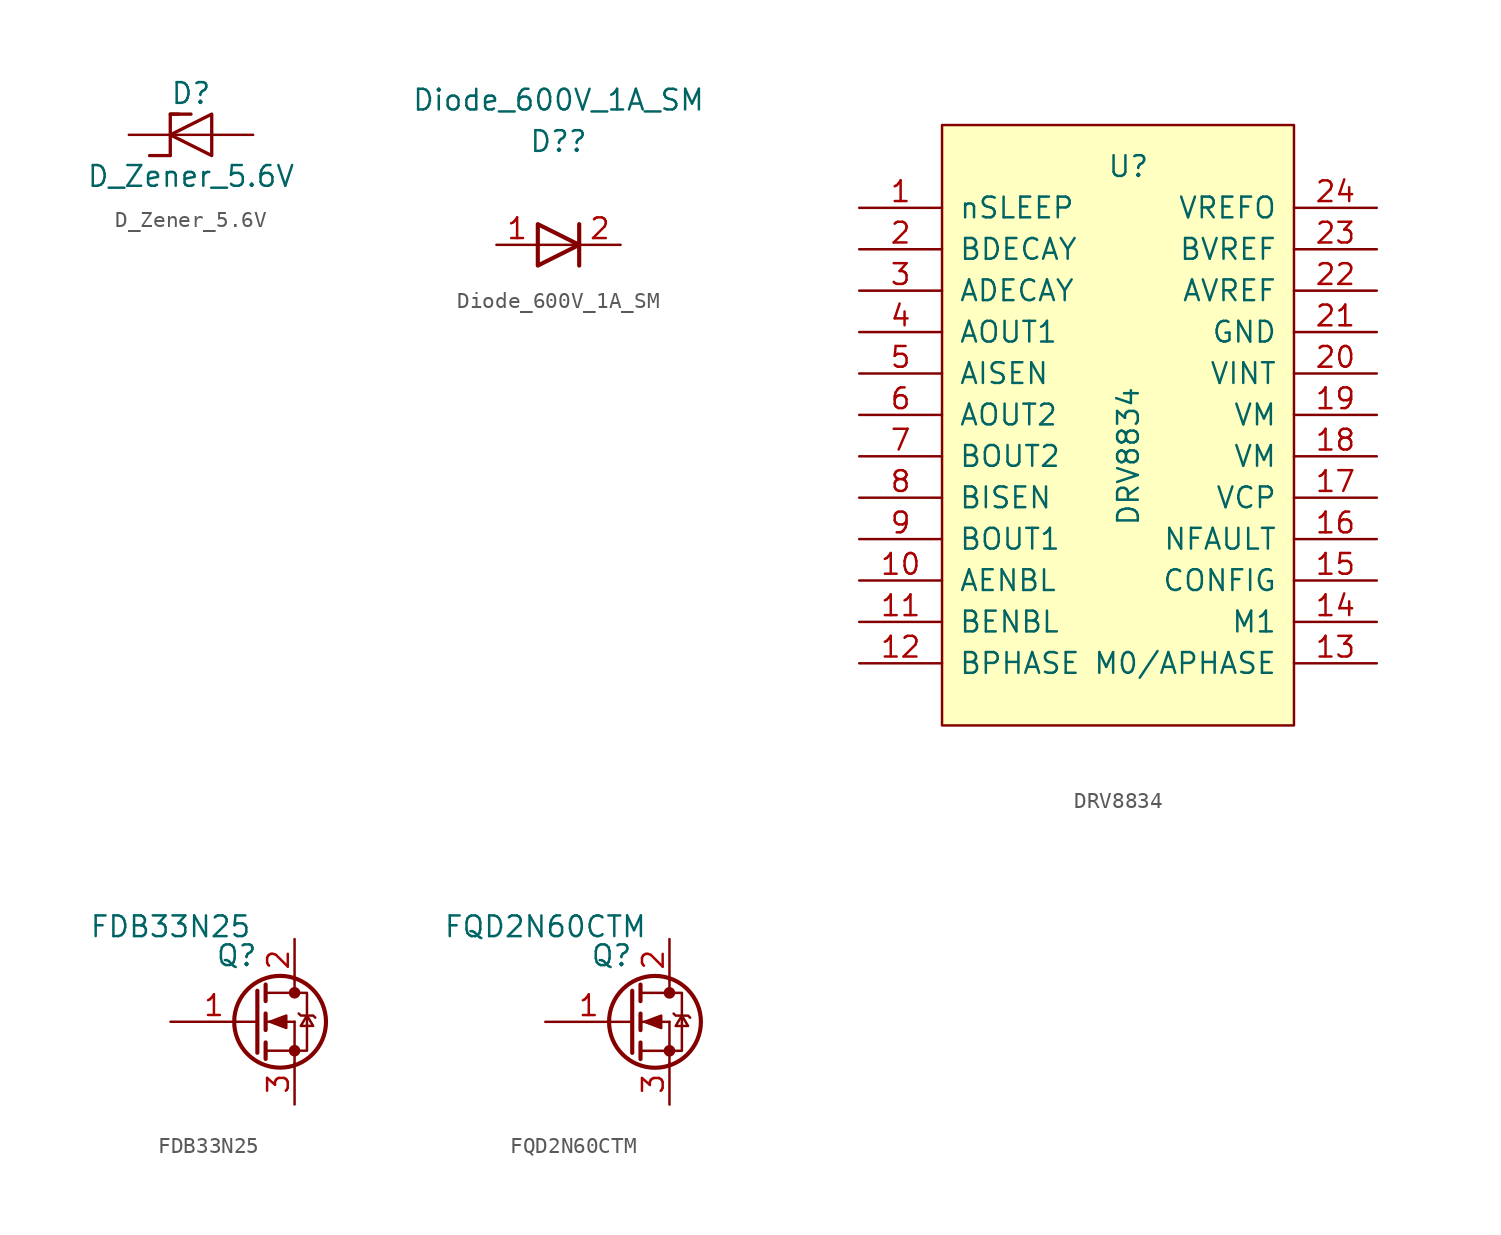
<source format=kicad_sym>
(kicad_symbol_lib
  (version 20211014)
  (generator kicad_symbol_editor)
  (symbol "D_Zener_5.6V"
    (pin_numbers hide)
    (pin_names
      (offset 1.016) hide)
    (property "Reference" "D"
      (at 0 2.54 0)
      (effects (font (size 1.27 1.27))))
    (property "Value" "D_Zener_5.6V"
      (at 0 -2.54 0)
      (effects (font (size 1.27 1.27))))
    (symbol "D_Zener_5.6V_0_1"
      (polyline (pts (xy -1.27 -1.27) (xy -2.54 -1.27)) (stroke (width 0.203) (type default) (color 0 0 0 0)) (fill (type none)))
      (polyline (pts (xy -1.27 1.27) (xy 0 1.27)) (stroke (width 0.203) (type default) (color 0 0 0 0)) (fill (type none)))
      (polyline (pts (xy 1.27 0) (xy -1.27 0)) (stroke (width 0) (type default) (color 0 0 0 0)) (fill (type none)))
      (polyline (pts (xy -1.27 -1.27) (xy -1.27 1.27) (xy -0.762 1.27)) (stroke (width 0.203) (type default) (color 0 0 0 0)) (fill (type none)))
      (polyline (pts (xy 1.27 -1.27) (xy 1.27 1.27) (xy -1.27 0) (xy 1.27 -1.27)) (stroke (width 0.203) (type default) (color 0 0 0 0)) (fill (type none))))
    (symbol "D_Zener_5.6V_1_1"
      (pin passive line (at -3.81 0 0) (length 2.54) (name "K" (effects (font (size 1.27 1.27)))) (number "1" (effects (font (size 1.27 1.27)))))
      (pin passive line (at 3.81 0 180) (length 2.54) (name "A" (effects (font (size 1.27 1.27)))) (number "2" (effects (font (size 1.27 1.27)))))))
  (symbol "Diode_600V_1A_SM"
    (pin_names
      (offset 1.016))
    (property "Reference" "D?"
      (at 0 6.35 0)
      (effects (font (size 1.27 1.27))))
    (property "Value" "Diode_600V_1A_SM"
      (at 0 8.89 0)
      (effects (font (size 1.27 1.27))))
    (symbol "Diode_600V_1A_SM_1_1"
      (polyline (pts (xy 1.27 0) (xy -1.27 0)) (stroke (width 0) (type default) (color 0 0 0 0)) (fill (type none)))
      (polyline (pts (xy 1.27 1.27) (xy 1.27 -1.27)) (stroke (width 0.254) (type default) (color 0 0 0 0)) (fill (type none)))
      (polyline (pts (xy -1.27 -1.27) (xy -1.27 1.27) (xy 1.27 0) (xy -1.27 -1.27)) (stroke (width 0.254) (type default) (color 0 0 0 0)) (fill (type none)))
      (pin passive line (at -3.81 0 0) (length 2.54) (name "~" (effects (font (size 1.27 1.27)))) (number "1" (effects (font (size 1.27 1.27)))))
      (pin passive line (at 3.81 0 180) (length 2.54) (name "~" (effects (font (size 1.27 1.27)))) (number "2" (effects (font (size 1.27 1.27)))))))
  (symbol "DRV8834"
    (pin_names
      (offset 1.016))
    (property "Reference" "U"
      (at 0 15.24 0)
      (effects (font (size 1.27 1.27))))
    (property "Value" "DRV8834"
      (at 0 -2.54 90)
      (effects (font (size 1.27 1.27))))
    (symbol "DRV8834_0_1"
      (rectangle (start 10.16 17.78) (end -11.43 -19.05) (stroke (width 0) (type default) (color 0 0 0 0)) (fill (type background))))
    (symbol "DRV8834_1_1"
      (pin input line (at -16.51 12.7 0) (length 5.08) (name "nSLEEP" (effects (font (size 1.27 1.27)))) (number "1" (effects (font (size 1.27 1.27)))))
      (pin input line (at -16.51 -10.16 0) (length 5.08) (name "AENBL" (effects (font (size 1.27 1.27)))) (number "10" (effects (font (size 1.27 1.27)))))
      (pin input line (at -16.51 -12.7 0) (length 5.08) (name "BENBL" (effects (font (size 1.27 1.27)))) (number "11" (effects (font (size 1.27 1.27)))))
      (pin input line (at -16.51 -15.24 0) (length 5.08) (name "BPHASE" (effects (font (size 1.27 1.27)))) (number "12" (effects (font (size 1.27 1.27)))))
      (pin input line (at 15.24 -15.24 180) (length 5.08) (name "M0/APHASE" (effects (font (size 1.27 1.27)))) (number "13" (effects (font (size 1.27 1.27)))))
      (pin input line (at 15.24 -12.7 180) (length 5.08) (name "M1" (effects (font (size 1.27 1.27)))) (number "14" (effects (font (size 1.27 1.27)))))
      (pin input line (at 15.24 -10.16 180) (length 5.08) (name "CONFIG" (effects (font (size 1.27 1.27)))) (number "15" (effects (font (size 1.27 1.27)))))
      (pin input line (at 15.24 -7.62 180) (length 5.08) (name "NFAULT" (effects (font (size 1.27 1.27)))) (number "16" (effects (font (size 1.27 1.27)))))
      (pin input line (at 15.24 -5.08 180) (length 5.08) (name "VCP" (effects (font (size 1.27 1.27)))) (number "17" (effects (font (size 1.27 1.27)))))
      (pin input line (at 15.24 -2.54 180) (length 5.08) (name "VM" (effects (font (size 1.27 1.27)))) (number "18" (effects (font (size 1.27 1.27)))))
      (pin input line (at 15.24 0 180) (length 5.08) (name "VM" (effects (font (size 1.27 1.27)))) (number "19" (effects (font (size 1.27 1.27)))))
      (pin input line (at -16.51 10.16 0) (length 5.08) (name "BDECAY" (effects (font (size 1.27 1.27)))) (number "2" (effects (font (size 1.27 1.27)))))
      (pin input line (at 15.24 2.54 180) (length 5.08) (name "VINT" (effects (font (size 1.27 1.27)))) (number "20" (effects (font (size 1.27 1.27)))))
      (pin input line (at 15.24 5.08 180) (length 5.08) (name "GND" (effects (font (size 1.27 1.27)))) (number "21" (effects (font (size 1.27 1.27)))))
      (pin input line (at 15.24 7.62 180) (length 5.08) (name "AVREF" (effects (font (size 1.27 1.27)))) (number "22" (effects (font (size 1.27 1.27)))))
      (pin input line (at 15.24 10.16 180) (length 5.08) (name "BVREF" (effects (font (size 1.27 1.27)))) (number "23" (effects (font (size 1.27 1.27)))))
      (pin input line (at 15.24 12.7 180) (length 5.08) (name "VREFO" (effects (font (size 1.27 1.27)))) (number "24" (effects (font (size 1.27 1.27)))))
      (pin input line (at -16.51 7.62 0) (length 5.08) (name "ADECAY" (effects (font (size 1.27 1.27)))) (number "3" (effects (font (size 1.27 1.27)))))
      (pin input line (at -16.51 5.08 0) (length 5.08) (name "AOUT1" (effects (font (size 1.27 1.27)))) (number "4" (effects (font (size 1.27 1.27)))))
      (pin input line (at -16.51 2.54 0) (length 5.08) (name "AISEN" (effects (font (size 1.27 1.27)))) (number "5" (effects (font (size 1.27 1.27)))))
      (pin input line (at -16.51 0 0) (length 5.08) (name "AOUT2" (effects (font (size 1.27 1.27)))) (number "6" (effects (font (size 1.27 1.27)))))
      (pin input line (at -16.51 -2.54 0) (length 5.08) (name "BOUT2" (effects (font (size 1.27 1.27)))) (number "7" (effects (font (size 1.27 1.27)))))
      (pin input line (at -16.51 -5.08 0) (length 5.08) (name "BISEN" (effects (font (size 1.27 1.27)))) (number "8" (effects (font (size 1.27 1.27)))))
      (pin input line (at -16.51 -7.62 0) (length 5.08) (name "BOUT1" (effects (font (size 1.27 1.27)))) (number "9" (effects (font (size 1.27 1.27)))))))
  (symbol "FDB33N25"
    (pin_names
      (offset 1.016))
    (property "Reference" "Q"
      (at -2.794 4.064 0)
      (effects (font (size 1.27 1.27))))
    (property "Value" "FDB33N25"
      (at -6.858 5.842 0)
      (effects (font (size 1.27 1.27))))
    (symbol "FDB33N25_1_1"
      (circle (center -0.127 0) (radius 2.819) (stroke (width 0.254) (type default) (color 0 0 0 0)) (fill (type none)))
      (polyline (pts (xy -1.016 -1.778) (xy 0.762 -1.778)) (stroke (width 0) (type default) (color 0 0 0 0)) (fill (type none)))
      (polyline (pts (xy -1.016 -1.27) (xy -1.016 -2.286)) (stroke (width 0.254) (type default) (color 0 0 0 0)) (fill (type none)))
      (polyline (pts (xy -1.016 0) (xy 0.762 0)) (stroke (width 0) (type default) (color 0 0 0 0)) (fill (type none)))
      (polyline (pts (xy -1.016 0.508) (xy -1.016 -0.508)) (stroke (width 0.254) (type default) (color 0 0 0 0)) (fill (type none)))
      (polyline (pts (xy -1.016 1.778) (xy 0.762 1.778)) (stroke (width 0) (type default) (color 0 0 0 0)) (fill (type none)))
      (polyline (pts (xy -1.016 2.286) (xy -1.016 1.27)) (stroke (width 0.254) (type default) (color 0 0 0 0)) (fill (type none)))
      (polyline (pts (xy 0.762 -1.778) (xy 0.762 -2.54)) (stroke (width 0) (type default) (color 0 0 0 0)) (fill (type none)))
      (polyline (pts (xy 0.762 -1.778) (xy 0.762 0)) (stroke (width 0) (type default) (color 0 0 0 0)) (fill (type none)))
      (polyline (pts (xy 0.762 2.54) (xy 0.762 1.778)) (stroke (width 0) (type default) (color 0 0 0 0)) (fill (type none)))
      (polyline (pts (xy -1.524 1.905) (xy -1.524 -1.905) (xy -1.524 -1.905)) (stroke (width 0.254) (type default) (color 0 0 0 0)) (fill (type none)))
      (polyline (pts (xy -0.762 0) (xy 0.254 0.381) (xy 0.254 -0.381) (xy -0.762 0)) (stroke (width 0) (type default) (color 0 0 0 0)) (fill (type outline)))
      (polyline (pts (xy 0.762 -1.778) (xy 1.524 -1.778) (xy 1.524 1.778) (xy 0.762 1.778)) (stroke (width 0) (type default) (color 0 0 0 0)) (fill (type none)))
      (polyline (pts (xy 1.016 0.508) (xy 1.143 0.381) (xy 1.905 0.381) (xy 2.032 0.254)) (stroke (width 0) (type default) (color 0 0 0 0)) (fill (type none)))
      (polyline (pts (xy 1.524 0.381) (xy 1.143 -0.254) (xy 1.905 -0.254) (xy 1.524 0.381)) (stroke (width 0) (type default) (color 0 0 0 0)) (fill (type none)))
      (circle (center 0.762 -1.778) (radius 0.279) (stroke (width 0) (type default) (color 0 0 0 0)) (fill (type outline)))
      (circle (center 0.762 1.778) (radius 0.279) (stroke (width 0) (type default) (color 0 0 0 0)) (fill (type outline)))
      (pin input line (at -6.858 0 0) (length 5.334) (name "~" (effects (font (size 1.27 1.27)))) (number "1" (effects (font (size 1.27 1.27)))))
      (pin passive line (at 0.762 5.08 270) (length 2.54) (name "~" (effects (font (size 1.27 1.27)))) (number "2" (effects (font (size 1.27 1.27)))))
      (pin passive line (at 0.762 -5.08 90) (length 2.54) (name "~" (effects (font (size 1.27 1.27)))) (number "3" (effects (font (size 1.27 1.27)))))))
  (symbol "FQD2N60CTM"
    (pin_names
      (offset 1.016))
    (property "Reference" "Q"
      (at -3.556 5.334 0)
      (effects (font (size 1.27 1.27))))
    (property "Value" "FQD2N60CTM"
      (at -7.62 7.112 0)
      (effects (font (size 1.27 1.27))))
    (symbol "FQD2N60CTM_1_1"
      (circle (center -0.889 1.27) (radius 2.819) (stroke (width 0.254) (type default) (color 0 0 0 0)) (fill (type none)))
      (circle (center 0 -0.508) (radius 0.279) (stroke (width 0) (type default) (color 0 0 0 0)) (fill (type outline)))
      (polyline (pts (xy -1.778 -0.508) (xy 0 -0.508)) (stroke (width 0) (type default) (color 0 0 0 0)) (fill (type none)))
      (polyline (pts (xy -1.778 0) (xy -1.778 -1.016)) (stroke (width 0.254) (type default) (color 0 0 0 0)) (fill (type none)))
      (polyline (pts (xy -1.778 1.27) (xy 0 1.27)) (stroke (width 0) (type default) (color 0 0 0 0)) (fill (type none)))
      (polyline (pts (xy -1.778 1.778) (xy -1.778 0.762)) (stroke (width 0.254) (type default) (color 0 0 0 0)) (fill (type none)))
      (polyline (pts (xy -1.778 3.048) (xy 0 3.048)) (stroke (width 0) (type default) (color 0 0 0 0)) (fill (type none)))
      (polyline (pts (xy -1.778 3.556) (xy -1.778 2.54)) (stroke (width 0.254) (type default) (color 0 0 0 0)) (fill (type none)))
      (polyline (pts (xy 0 -0.508) (xy 0 -1.27)) (stroke (width 0) (type default) (color 0 0 0 0)) (fill (type none)))
      (polyline (pts (xy 0 -0.508) (xy 0 1.27)) (stroke (width 0) (type default) (color 0 0 0 0)) (fill (type none)))
      (polyline (pts (xy 0 3.81) (xy 0 3.048)) (stroke (width 0) (type default) (color 0 0 0 0)) (fill (type none)))
      (polyline (pts (xy -2.286 3.175) (xy -2.286 -0.635) (xy -2.286 -0.635)) (stroke (width 0.254) (type default) (color 0 0 0 0)) (fill (type none)))
      (polyline (pts (xy -1.524 1.27) (xy -0.508 1.651) (xy -0.508 0.889) (xy -1.524 1.27)) (stroke (width 0) (type default) (color 0 0 0 0)) (fill (type outline)))
      (polyline (pts (xy 0 -0.508) (xy 0.762 -0.508) (xy 0.762 3.048) (xy 0 3.048)) (stroke (width 0) (type default) (color 0 0 0 0)) (fill (type none)))
      (polyline (pts (xy 0.254 1.778) (xy 0.381 1.651) (xy 1.143 1.651) (xy 1.27 1.524)) (stroke (width 0) (type default) (color 0 0 0 0)) (fill (type none)))
      (polyline (pts (xy 0.762 1.651) (xy 0.381 1.016) (xy 1.143 1.016) (xy 0.762 1.651)) (stroke (width 0) (type default) (color 0 0 0 0)) (fill (type none)))
      (circle (center 0 3.048) (radius 0.279) (stroke (width 0) (type default) (color 0 0 0 0)) (fill (type outline)))
      (pin input line (at -7.62 1.27 0) (length 5.334) (name "~" (effects (font (size 1.27 1.27)))) (number "1" (effects (font (size 1.27 1.27)))))
      (pin passive line (at 0 6.35 270) (length 2.54) (name "~" (effects (font (size 1.27 1.27)))) (number "2" (effects (font (size 1.27 1.27)))))
      (pin passive line (at 0 -3.81 90) (length 2.54) (name "~" (effects (font (size 1.27 1.27)))) (number "3" (effects (font (size 1.27 1.27))))))))
</source>
